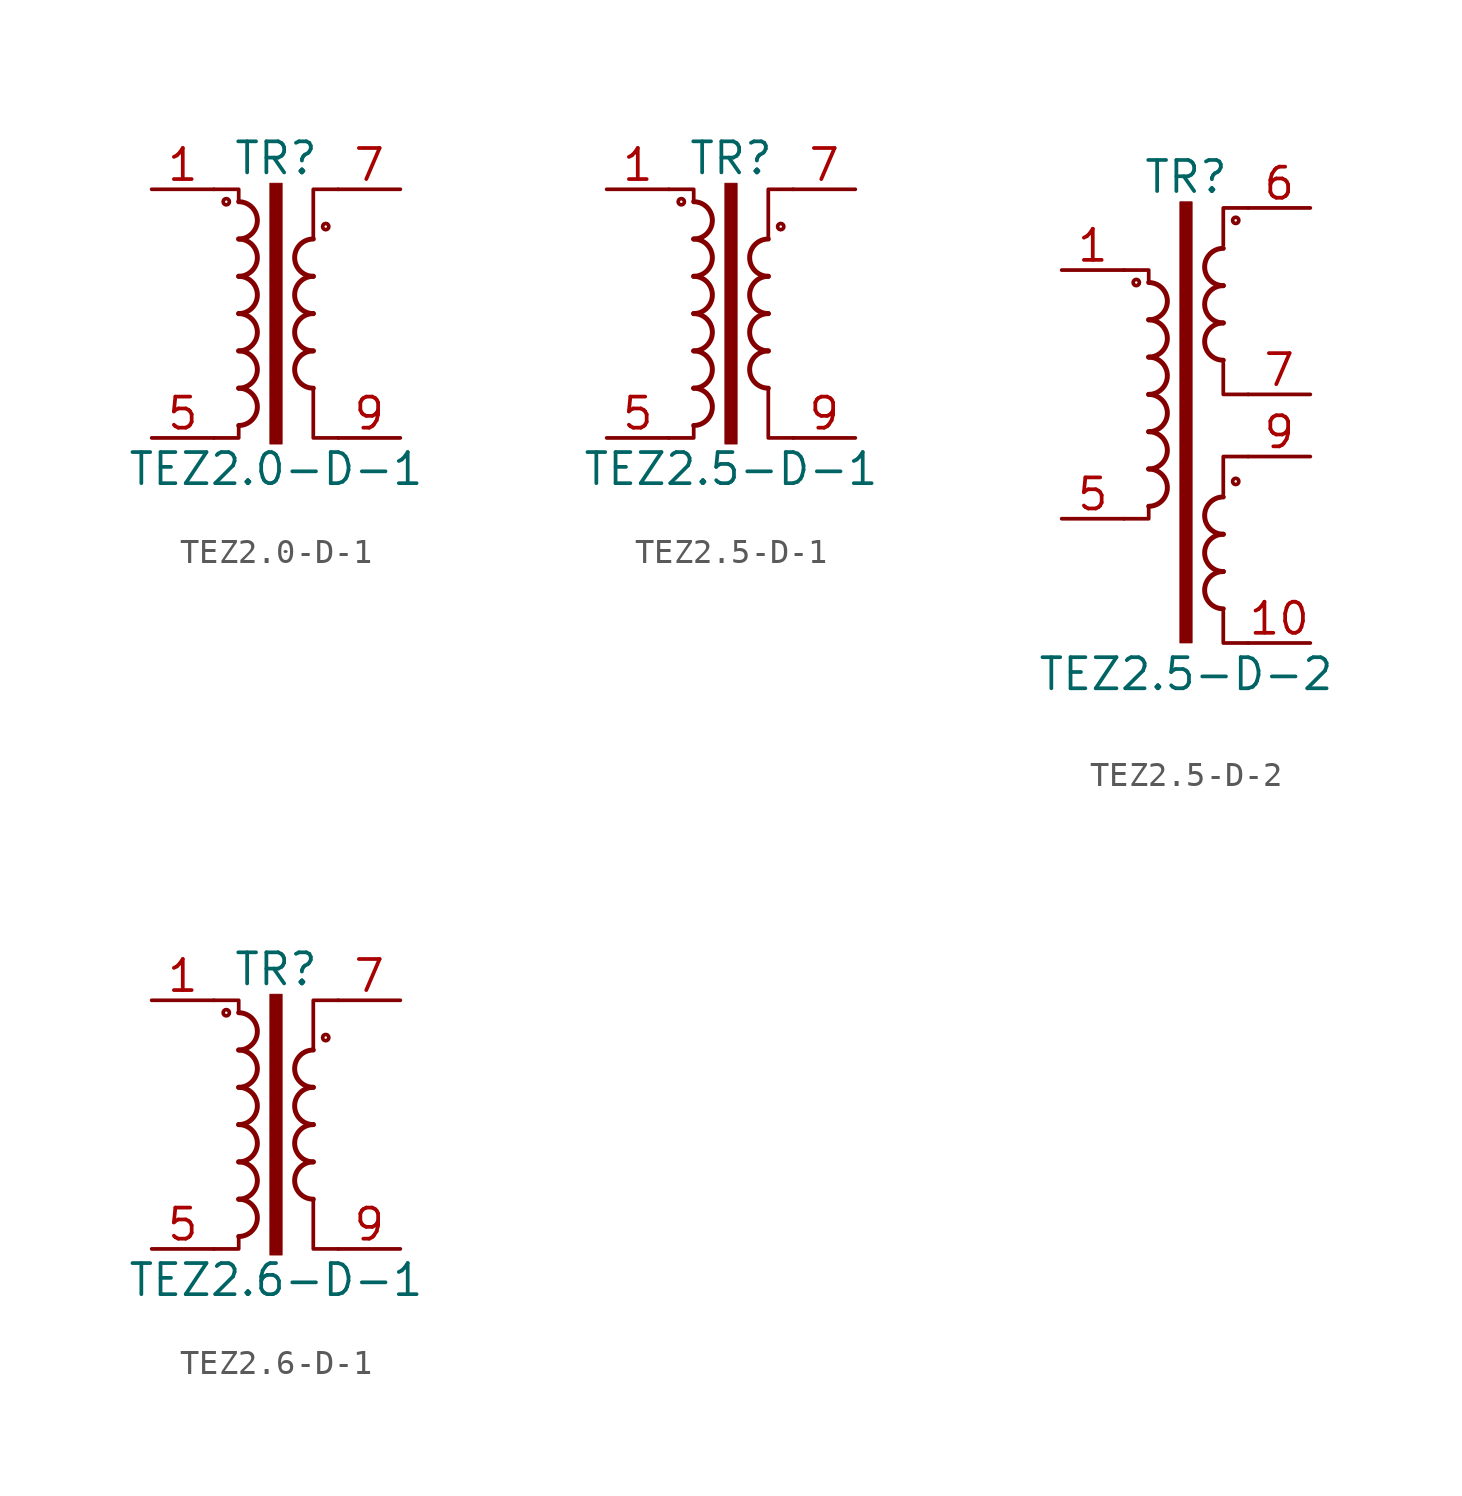
<source format=kicad_sym>
(kicad_symbol_lib
  (version 20241209)
  (generator "kicad_symbol_editor")
  (generator_version "9.0")
  (symbol "TEZ2.0-D-1"
    (pin_names
      (offset 0.025))
    (property "Reference" "TR"
      (at 0 6.35 0)
      (effects (font (size 1.27 1.27))))
    (property "Value" "TEZ2.0-D-1"
      (at 0 -6.35 0)
      (effects (font (size 1.27 1.27))))
    (symbol "TEZ2.0-D-1_0_1"
      (circle (center -2.032 4.572) (radius 0.127) (stroke (width 0) (type default)) (fill (type none)))
      (arc (start -1.524 4.572) (mid -0.7653 3.81) (end -1.524 3.048) (stroke (width 0.2032) (type default)) (fill (type none)))
      (arc (start -1.524 3.048) (mid -0.7653 2.286) (end -1.524 1.524) (stroke (width 0.2032) (type default)) (fill (type none)))
      (arc (start -1.524 1.524) (mid -0.7653 0.762) (end -1.524 0) (stroke (width 0.2032) (type default)) (fill (type none)))
      (arc (start -1.524 0) (mid -0.7653 -0.762) (end -1.524 -1.524) (stroke (width 0.2032) (type default)) (fill (type none)))
      (arc (start -1.524 -1.524) (mid -0.7653 -2.286) (end -1.524 -3.048) (stroke (width 0.2032) (type default)) (fill (type none)))
      (arc (start -1.524 -3.048) (mid -0.7653 -3.81) (end -1.524 -4.572) (stroke (width 0.2032) (type default)) (fill (type none)))
      (polyline (pts (xy -1.524 4.572) (xy -1.524 5.08) (xy -2.54 5.08)) (stroke (width 0) (type default)) (fill (type none)))
      (polyline (pts (xy -1.524 -4.572) (xy -1.524 -5.08) (xy -2.54 -5.08)) (stroke (width 0) (type default)) (fill (type none)))
      (rectangle (start -0.254 5.334) (end 0.254 -5.334) (stroke (width 0.025) (type default)) (fill (type outline)))
      (polyline (pts (xy 1.524 3.048) (xy 1.524 5.08) (xy 2.54 5.08)) (stroke (width 0.152) (type default)) (fill (type none)))
      (arc (start 1.524 1.524) (mid 0.7653 2.286) (end 1.524 3.048) (stroke (width 0.2032) (type default)) (fill (type none)))
      (arc (start 1.524 0) (mid 0.7653 0.762) (end 1.524 1.524) (stroke (width 0.2032) (type default)) (fill (type none)))
      (arc (start 1.524 -1.524) (mid 0.7653 -0.762) (end 1.524 0) (stroke (width 0.2032) (type default)) (fill (type none)))
      (arc (start 1.524 -3.048) (mid 0.7653 -2.286) (end 1.524 -1.524) (stroke (width 0.2032) (type default)) (fill (type none)))
      (circle (center 2.032 3.556) (radius 0.127) (stroke (width 0) (type default)) (fill (type none)))
      (polyline (pts (xy 2.54 -5.08) (xy 1.524 -5.08) (xy 1.524 -3.048)) (stroke (width 0.152) (type default)) (fill (type none))))
    (symbol "TEZ2.0-D-1_1_1"
      (pin passive line (at -5.08 5.08 0) (length 2.54) (name "~" (effects (font (size 1.27 1.27)))) (number "1" (effects (font (size 1.27 1.27)))))
      (pin passive line (at -5.08 -5.08 0) (length 2.54) (name "~" (effects (font (size 1.27 1.27)))) (number "5" (effects (font (size 1.27 1.27)))))
      (pin passive line (at 5.08 5.08 180) (length 2.54) (name "~" (effects (font (size 1.27 1.27)))) (number "7" (effects (font (size 1.27 1.27)))))
      (pin passive line (at 5.08 -5.08 180) (length 2.54) (name "~" (effects (font (size 1.27 1.27)))) (number "9" (effects (font (size 1.27 1.27)))))))
  (symbol "TEZ2.5-D-1"
    (pin_names
      (offset 0.025))
    (property "Reference" "TR"
      (at 0 6.35 0)
      (effects (font (size 1.27 1.27))))
    (property "Value" "TEZ2.5-D-1"
      (at 0 -6.35 0)
      (effects (font (size 1.27 1.27))))
    (symbol "TEZ2.5-D-1_0_1"
      (circle (center -2.032 4.572) (radius 0.127) (stroke (width 0) (type default)) (fill (type none)))
      (arc (start -1.524 4.572) (mid -0.7653 3.81) (end -1.524 3.048) (stroke (width 0.2032) (type default)) (fill (type none)))
      (arc (start -1.524 3.048) (mid -0.7653 2.286) (end -1.524 1.524) (stroke (width 0.2032) (type default)) (fill (type none)))
      (arc (start -1.524 1.524) (mid -0.7653 0.762) (end -1.524 0) (stroke (width 0.2032) (type default)) (fill (type none)))
      (arc (start -1.524 0) (mid -0.7653 -0.762) (end -1.524 -1.524) (stroke (width 0.2032) (type default)) (fill (type none)))
      (arc (start -1.524 -1.524) (mid -0.7653 -2.286) (end -1.524 -3.048) (stroke (width 0.2032) (type default)) (fill (type none)))
      (arc (start -1.524 -3.048) (mid -0.7653 -3.81) (end -1.524 -4.572) (stroke (width 0.2032) (type default)) (fill (type none)))
      (polyline (pts (xy -1.524 4.572) (xy -1.524 5.08) (xy -2.54 5.08)) (stroke (width 0) (type default)) (fill (type none)))
      (polyline (pts (xy -1.524 -4.572) (xy -1.524 -5.08) (xy -2.54 -5.08)) (stroke (width 0) (type default)) (fill (type none)))
      (rectangle (start -0.254 5.334) (end 0.254 -5.334) (stroke (width 0.025) (type default)) (fill (type outline)))
      (polyline (pts (xy 1.524 3.048) (xy 1.524 5.08) (xy 2.54 5.08)) (stroke (width 0.152) (type default)) (fill (type none)))
      (arc (start 1.524 1.524) (mid 0.7653 2.286) (end 1.524 3.048) (stroke (width 0.2032) (type default)) (fill (type none)))
      (arc (start 1.524 0) (mid 0.7653 0.762) (end 1.524 1.524) (stroke (width 0.2032) (type default)) (fill (type none)))
      (arc (start 1.524 -1.524) (mid 0.7653 -0.762) (end 1.524 0) (stroke (width 0.2032) (type default)) (fill (type none)))
      (arc (start 1.524 -3.048) (mid 0.7653 -2.286) (end 1.524 -1.524) (stroke (width 0.2032) (type default)) (fill (type none)))
      (circle (center 2.032 3.556) (radius 0.127) (stroke (width 0) (type default)) (fill (type none)))
      (polyline (pts (xy 2.54 -5.08) (xy 1.524 -5.08) (xy 1.524 -3.048)) (stroke (width 0.152) (type default)) (fill (type none))))
    (symbol "TEZ2.5-D-1_1_1"
      (pin passive line (at -5.08 5.08 0) (length 2.54) (name "~" (effects (font (size 1.27 1.27)))) (number "1" (effects (font (size 1.27 1.27)))))
      (pin passive line (at -5.08 -5.08 0) (length 2.54) (name "~" (effects (font (size 1.27 1.27)))) (number "5" (effects (font (size 1.27 1.27)))))
      (pin passive line (at 5.08 5.08 180) (length 2.54) (name "~" (effects (font (size 1.27 1.27)))) (number "7" (effects (font (size 1.27 1.27)))))
      (pin passive line (at 5.08 -5.08 180) (length 2.54) (name "~" (effects (font (size 1.27 1.27)))) (number "9" (effects (font (size 1.27 1.27)))))))
  (symbol "TEZ2.5-D-2"
    (pin_names
      (offset 0.025))
    (property "Reference" "TR"
      (at 0 8.89 0)
      (effects (font (size 1.27 1.27))))
    (property "Value" "TEZ2.5-D-2"
      (at 0 -11.43 0)
      (effects (font (size 1.27 1.27))))
    (symbol "TEZ2.5-D-2_0_1"
      (circle (center -2.032 4.572) (radius 0.127) (stroke (width 0) (type default)) (fill (type none)))
      (arc (start -1.524 4.572) (mid -0.7653 3.81) (end -1.524 3.048) (stroke (width 0.2032) (type default)) (fill (type none)))
      (arc (start -1.524 3.048) (mid -0.7653 2.286) (end -1.524 1.524) (stroke (width 0.2032) (type default)) (fill (type none)))
      (arc (start -1.524 1.524) (mid -0.7653 0.762) (end -1.524 0) (stroke (width 0.2032) (type default)) (fill (type none)))
      (arc (start -1.524 0) (mid -0.7653 -0.762) (end -1.524 -1.524) (stroke (width 0.2032) (type default)) (fill (type none)))
      (arc (start -1.524 -1.524) (mid -0.7653 -2.286) (end -1.524 -3.048) (stroke (width 0.2032) (type default)) (fill (type none)))
      (arc (start -1.524 -3.048) (mid -0.7653 -3.81) (end -1.524 -4.572) (stroke (width 0.2032) (type default)) (fill (type none)))
      (polyline (pts (xy -1.524 4.572) (xy -1.524 5.08) (xy -2.54 5.08)) (stroke (width 0) (type default)) (fill (type none)))
      (polyline (pts (xy -1.524 -4.572) (xy -1.524 -5.08) (xy -2.54 -5.08)) (stroke (width 0) (type default)) (fill (type none)))
      (rectangle (start -0.254 7.874) (end 0.254 -10.16) (stroke (width 0.025) (type default)) (fill (type outline)))
      (polyline (pts (xy 1.524 -8.89) (xy 1.524 -10.16) (xy 2.54 -10.16)) (stroke (width 0) (type default)) (fill (type none)))
      (arc (start 1.524 4.445) (mid 0.7653 5.207) (end 1.524 5.969) (stroke (width 0.2032) (type default)) (fill (type none)))
      (arc (start 1.524 2.921) (mid 0.7653 3.683) (end 1.524 4.445) (stroke (width 0.2032) (type default)) (fill (type none)))
      (arc (start 1.524 1.397) (mid 0.7653 2.159) (end 1.524 2.921) (stroke (width 0.2032) (type default)) (fill (type none)))
      (arc (start 1.524 -5.715) (mid 0.7653 -4.953) (end 1.524 -4.191) (stroke (width 0.2032) (type default)) (fill (type none)))
      (arc (start 1.524 -7.239) (mid 0.7653 -6.477) (end 1.524 -5.715) (stroke (width 0.2032) (type default)) (fill (type none)))
      (arc (start 1.524 -8.763) (mid 0.7653 -8.001) (end 1.524 -7.239) (stroke (width 0.2032) (type default)) (fill (type none)))
      (circle (center 2.032 7.112) (radius 0.127) (stroke (width 0) (type default)) (fill (type none)))
      (circle (center 2.032 -3.556) (radius 0.127) (stroke (width 0) (type default)) (fill (type none)))
      (polyline (pts (xy 2.54 7.62) (xy 1.524 7.62) (xy 1.524 6.096)) (stroke (width 0) (type default)) (fill (type none)))
      (polyline (pts (xy 2.54 0) (xy 1.524 0) (xy 1.524 1.27)) (stroke (width 0) (type default)) (fill (type none)))
      (polyline (pts (xy 2.54 -2.54) (xy 1.524 -2.54) (xy 1.524 -4.064)) (stroke (width 0) (type default)) (fill (type none))))
    (symbol "TEZ2.5-D-2_1_1"
      (pin passive line (at -5.08 5.08 0) (length 2.54) (name "~" (effects (font (size 1.27 1.27)))) (number "1" (effects (font (size 1.27 1.27)))))
      (pin passive line (at -5.08 -5.08 0) (length 2.54) (name "~" (effects (font (size 1.27 1.27)))) (number "5" (effects (font (size 1.27 1.27)))))
      (pin passive line (at 5.08 7.62 180) (length 2.54) (name "~" (effects (font (size 1.27 1.27)))) (number "6" (effects (font (size 1.27 1.27)))))
      (pin passive line (at 5.08 0 180) (length 2.54) (name "~" (effects (font (size 1.27 1.27)))) (number "7" (effects (font (size 1.27 1.27)))))
      (pin passive line (at 5.08 -2.54 180) (length 2.54) (name "~" (effects (font (size 1.27 1.27)))) (number "9" (effects (font (size 1.27 1.27)))))
      (pin passive line (at 5.08 -10.16 180) (length 2.54) (name "~" (effects (font (size 1.27 1.27)))) (number "10" (effects (font (size 1.27 1.27)))))))
  (symbol "TEZ2.6-D-1"
    (pin_names
      (offset 0.025))
    (property "Reference" "TR"
      (at 0 6.35 0)
      (effects (font (size 1.27 1.27))))
    (property "Value" "TEZ2.6-D-1"
      (at 0 -6.35 0)
      (effects (font (size 1.27 1.27))))
    (symbol "TEZ2.6-D-1_0_1"
      (circle (center -2.032 4.572) (radius 0.127) (stroke (width 0) (type default)) (fill (type none)))
      (arc (start -1.524 4.572) (mid -0.7653 3.81) (end -1.524 3.048) (stroke (width 0.2032) (type default)) (fill (type none)))
      (arc (start -1.524 3.048) (mid -0.7653 2.286) (end -1.524 1.524) (stroke (width 0.2032) (type default)) (fill (type none)))
      (arc (start -1.524 1.524) (mid -0.7653 0.762) (end -1.524 0) (stroke (width 0.2032) (type default)) (fill (type none)))
      (arc (start -1.524 0) (mid -0.7653 -0.762) (end -1.524 -1.524) (stroke (width 0.2032) (type default)) (fill (type none)))
      (arc (start -1.524 -1.524) (mid -0.7653 -2.286) (end -1.524 -3.048) (stroke (width 0.2032) (type default)) (fill (type none)))
      (arc (start -1.524 -3.048) (mid -0.7653 -3.81) (end -1.524 -4.572) (stroke (width 0.2032) (type default)) (fill (type none)))
      (polyline (pts (xy -1.524 4.572) (xy -1.524 5.08) (xy -2.54 5.08)) (stroke (width 0) (type default)) (fill (type none)))
      (polyline (pts (xy -1.524 -4.572) (xy -1.524 -5.08) (xy -2.54 -5.08)) (stroke (width 0) (type default)) (fill (type none)))
      (rectangle (start -0.254 5.334) (end 0.254 -5.334) (stroke (width 0.025) (type default)) (fill (type outline)))
      (polyline (pts (xy 1.524 3.048) (xy 1.524 5.08) (xy 2.54 5.08)) (stroke (width 0.152) (type default)) (fill (type none)))
      (arc (start 1.524 1.524) (mid 0.7653 2.286) (end 1.524 3.048) (stroke (width 0.2032) (type default)) (fill (type none)))
      (arc (start 1.524 0) (mid 0.7653 0.762) (end 1.524 1.524) (stroke (width 0.2032) (type default)) (fill (type none)))
      (arc (start 1.524 -1.524) (mid 0.7653 -0.762) (end 1.524 0) (stroke (width 0.2032) (type default)) (fill (type none)))
      (arc (start 1.524 -3.048) (mid 0.7653 -2.286) (end 1.524 -1.524) (stroke (width 0.2032) (type default)) (fill (type none)))
      (circle (center 2.032 3.556) (radius 0.127) (stroke (width 0) (type default)) (fill (type none)))
      (polyline (pts (xy 2.54 -5.08) (xy 1.524 -5.08) (xy 1.524 -3.048)) (stroke (width 0.152) (type default)) (fill (type none))))
    (symbol "TEZ2.6-D-1_1_1"
      (pin passive line (at -5.08 5.08 0) (length 2.54) (name "~" (effects (font (size 1.27 1.27)))) (number "1" (effects (font (size 1.27 1.27)))))
      (pin passive line (at -5.08 -5.08 0) (length 2.54) (name "~" (effects (font (size 1.27 1.27)))) (number "5" (effects (font (size 1.27 1.27)))))
      (pin passive line (at 5.08 5.08 180) (length 2.54) (name "~" (effects (font (size 1.27 1.27)))) (number "7" (effects (font (size 1.27 1.27)))))
      (pin passive line (at 5.08 -5.08 180) (length 2.54) (name "~" (effects (font (size 1.27 1.27)))) (number "9" (effects (font (size 1.27 1.27))))))))
</source>
